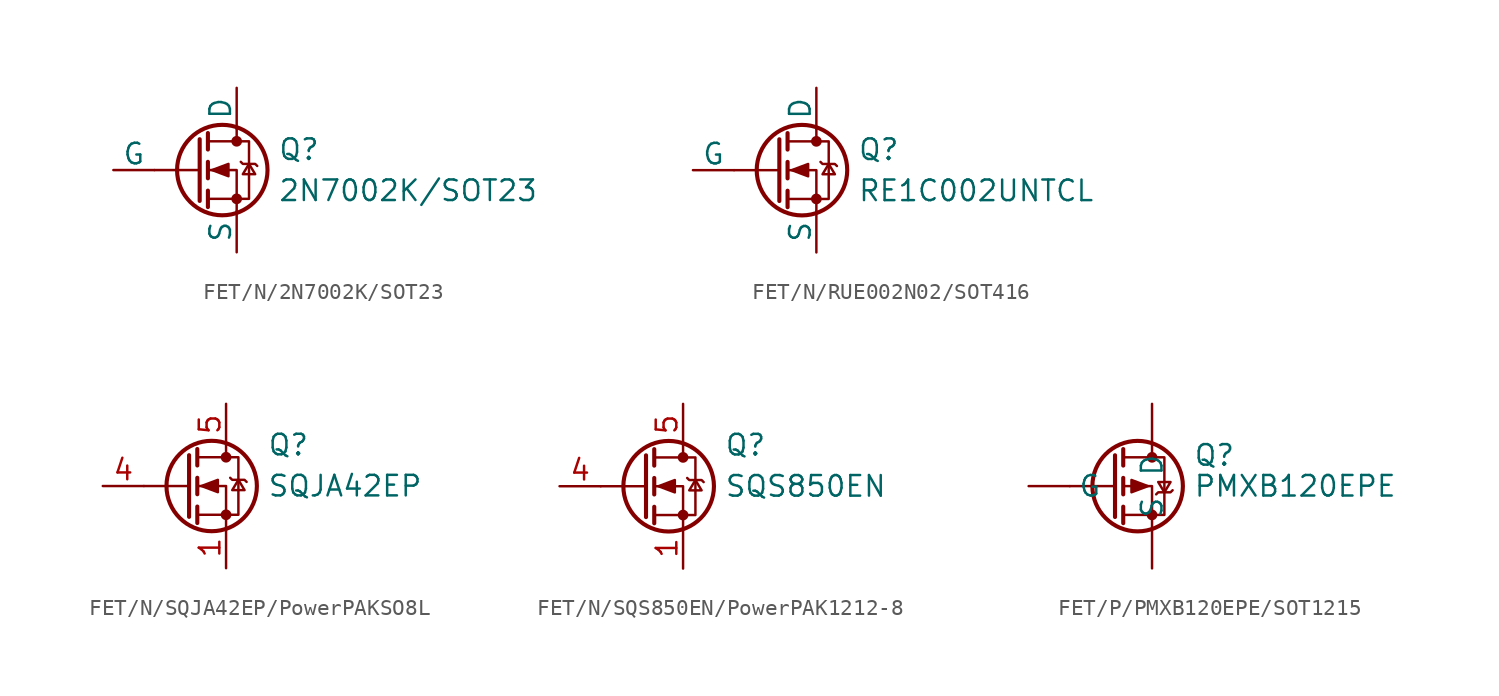
<source format=kicad_sym>
(kicad_symbol_lib
  (version 20220914)
  (generator kicad_symbol_editor)
  (symbol "FET/N/2N7002K/SOT23"
    (pin_numbers hide)
    (pin_names
      (offset 0))
    (property "Reference" "Q"
      (at 5.08 1.27 0)
      (effects (font (size 1.27 1.27)) (justify left)))
    (property "Value" "2N7002K/SOT23"
      (at 5.08 -1.27 0)
      (effects (font (size 1.27 1.27)) (justify left)))
    (symbol "FET/N/2N7002K/SOT23_0_1"
      (polyline (pts (xy 0.254 0) (xy -2.54 0)) (stroke (width 0) (type default)) (fill (type none)))
      (polyline (pts (xy 0.254 1.905) (xy 0.254 -1.905)) (stroke (width 0.254) (type default)) (fill (type none)))
      (polyline (pts (xy 0.762 -1.27) (xy 0.762 -2.286)) (stroke (width 0.254) (type default)) (fill (type none)))
      (polyline (pts (xy 0.762 0.508) (xy 0.762 -0.508)) (stroke (width 0.254) (type default)) (fill (type none)))
      (polyline (pts (xy 0.762 2.286) (xy 0.762 1.27)) (stroke (width 0.254) (type default)) (fill (type none)))
      (polyline (pts (xy 2.54 2.54) (xy 2.54 1.778)) (stroke (width 0) (type default)) (fill (type none)))
      (polyline (pts (xy 2.54 -2.54) (xy 2.54 0) (xy 0.762 0)) (stroke (width 0) (type default)) (fill (type none)))
      (polyline (pts (xy 0.762 -1.778) (xy 3.302 -1.778) (xy 3.302 1.778) (xy 0.762 1.778)) (stroke (width 0) (type default)) (fill (type none)))
      (polyline (pts (xy 1.016 0) (xy 2.032 0.381) (xy 2.032 -0.381) (xy 1.016 0)) (stroke (width 0) (type default)) (fill (type outline)))
      (polyline (pts (xy 2.794 0.508) (xy 2.921 0.381) (xy 3.683 0.381) (xy 3.81 0.254)) (stroke (width 0) (type default)) (fill (type none)))
      (polyline (pts (xy 3.302 0.381) (xy 2.921 -0.254) (xy 3.683 -0.254) (xy 3.302 0.381)) (stroke (width 0) (type default)) (fill (type none)))
      (circle (center 1.651 0) (radius 2.794) (stroke (width 0.254) (type default)) (fill (type none)))
      (circle (center 2.54 -1.778) (radius 0.254) (stroke (width 0) (type default)) (fill (type outline)))
      (circle (center 2.54 1.778) (radius 0.254) (stroke (width 0) (type default)) (fill (type outline))))
    (symbol "FET/N/2N7002K/SOT23_1_1"
      (pin input line (at -5.08 0 0) (length 2.54) (name "G" (effects (font (size 1.27 1.27)))) (number "1" (effects (font (size 1.27 1.27)))))
      (pin passive line (at 2.54 -5.08 90) (length 2.54) (name "S" (effects (font (size 1.27 1.27)))) (number "2" (effects (font (size 1.27 1.27)))))
      (pin passive line (at 2.54 5.08 270) (length 2.54) (name "D" (effects (font (size 1.27 1.27)))) (number "3" (effects (font (size 1.27 1.27)))))))
  (symbol "FET/N/RUE002N02/SOT416"
    (pin_numbers hide)
    (pin_names
      (offset 0))
    (property "Reference" "Q"
      (at 5.08 1.27 0)
      (effects (font (size 1.27 1.27)) (justify left)))
    (property "Value" "RE1C002UNTCL"
      (at 5.08 -1.27 0)
      (effects (font (size 1.27 1.27)) (justify left)))
    (symbol "FET/N/RUE002N02/SOT416_0_1"
      (polyline (pts (xy 0.254 0) (xy -2.54 0)) (stroke (width 0) (type default)) (fill (type none)))
      (polyline (pts (xy 0.254 1.905) (xy 0.254 -1.905)) (stroke (width 0.254) (type default)) (fill (type none)))
      (polyline (pts (xy 0.762 -1.27) (xy 0.762 -2.286)) (stroke (width 0.254) (type default)) (fill (type none)))
      (polyline (pts (xy 0.762 0.508) (xy 0.762 -0.508)) (stroke (width 0.254) (type default)) (fill (type none)))
      (polyline (pts (xy 0.762 2.286) (xy 0.762 1.27)) (stroke (width 0.254) (type default)) (fill (type none)))
      (polyline (pts (xy 2.54 2.54) (xy 2.54 1.778)) (stroke (width 0) (type default)) (fill (type none)))
      (polyline (pts (xy 2.54 -2.54) (xy 2.54 0) (xy 0.762 0)) (stroke (width 0) (type default)) (fill (type none)))
      (polyline (pts (xy 0.762 -1.778) (xy 3.302 -1.778) (xy 3.302 1.778) (xy 0.762 1.778)) (stroke (width 0) (type default)) (fill (type none)))
      (polyline (pts (xy 1.016 0) (xy 2.032 0.381) (xy 2.032 -0.381) (xy 1.016 0)) (stroke (width 0) (type default)) (fill (type outline)))
      (polyline (pts (xy 2.794 0.508) (xy 2.921 0.381) (xy 3.683 0.381) (xy 3.81 0.254)) (stroke (width 0) (type default)) (fill (type none)))
      (polyline (pts (xy 3.302 0.381) (xy 2.921 -0.254) (xy 3.683 -0.254) (xy 3.302 0.381)) (stroke (width 0) (type default)) (fill (type none)))
      (circle (center 1.651 0) (radius 2.794) (stroke (width 0.254) (type default)) (fill (type none)))
      (circle (center 2.54 -1.778) (radius 0.254) (stroke (width 0) (type default)) (fill (type outline)))
      (circle (center 2.54 1.778) (radius 0.254) (stroke (width 0) (type default)) (fill (type outline))))
    (symbol "FET/N/RUE002N02/SOT416_1_1"
      (pin input line (at -5.08 0 0) (length 2.54) (name "G" (effects (font (size 1.27 1.27)))) (number "1" (effects (font (size 1.27 1.27)))))
      (pin passive line (at 2.54 -5.08 90) (length 2.54) (name "S" (effects (font (size 1.27 1.27)))) (number "2" (effects (font (size 1.27 1.27)))))
      (pin passive line (at 2.54 5.08 270) (length 2.54) (name "D" (effects (font (size 1.27 1.27)))) (number "3" (effects (font (size 1.27 1.27)))))))
  (symbol "FET/N/SQJA42EP/PowerPAKSO8L"
    (pin_names hide)
    (property "Reference" "Q"
      (at 5.08 2.54 0)
      (effects (font (size 1.27 1.27)) (justify left)))
    (property "Value" "SQJA42EP"
      (at 5.08 0 0)
      (effects (font (size 1.27 1.27)) (justify left)))
    (symbol "FET/N/SQJA42EP/PowerPAKSO8L_0_1"
      (polyline (pts (xy 0.254 0) (xy -2.54 0)) (stroke (width 0) (type default)) (fill (type none)))
      (polyline (pts (xy 0.254 1.905) (xy 0.254 -1.905)) (stroke (width 0.254) (type default)) (fill (type none)))
      (polyline (pts (xy 0.762 -1.27) (xy 0.762 -2.286)) (stroke (width 0.254) (type default)) (fill (type none)))
      (polyline (pts (xy 0.762 0.508) (xy 0.762 -0.508)) (stroke (width 0.254) (type default)) (fill (type none)))
      (polyline (pts (xy 0.762 2.286) (xy 0.762 1.27)) (stroke (width 0.254) (type default)) (fill (type none)))
      (polyline (pts (xy 2.54 2.54) (xy 2.54 1.778)) (stroke (width 0) (type default)) (fill (type none)))
      (polyline (pts (xy 2.54 -2.54) (xy 2.54 0) (xy 0.762 0)) (stroke (width 0) (type default)) (fill (type none)))
      (polyline (pts (xy 0.762 -1.778) (xy 3.302 -1.778) (xy 3.302 1.778) (xy 0.762 1.778)) (stroke (width 0) (type default)) (fill (type none)))
      (polyline (pts (xy 1.016 0) (xy 2.032 0.381) (xy 2.032 -0.381) (xy 1.016 0)) (stroke (width 0) (type default)) (fill (type outline)))
      (polyline (pts (xy 2.794 0.508) (xy 2.921 0.381) (xy 3.683 0.381) (xy 3.81 0.254)) (stroke (width 0) (type default)) (fill (type none)))
      (polyline (pts (xy 3.302 0.381) (xy 2.921 -0.254) (xy 3.683 -0.254) (xy 3.302 0.381)) (stroke (width 0) (type default)) (fill (type none)))
      (circle (center 1.651 0) (radius 2.794) (stroke (width 0.254) (type default)) (fill (type none)))
      (circle (center 2.54 -1.778) (radius 0.254) (stroke (width 0) (type default)) (fill (type outline)))
      (circle (center 2.54 1.778) (radius 0.254) (stroke (width 0) (type default)) (fill (type outline))))
    (symbol "FET/N/SQJA42EP/PowerPAKSO8L_1_1"
      (pin passive line (at 2.54 -5.08 90) (length 2.54) (name "S" (effects (font (size 1.27 1.27)))) (number "1" (effects (font (size 1.27 1.27)))))
      (pin passive line (at 2.54 -5.08 90) (length 2.54) hide (name "S" (effects (font (size 1.27 1.27)))) (number "2" (effects (font (size 1.27 1.27)))))
      (pin passive line (at 2.54 -5.08 90) (length 2.54) hide (name "S" (effects (font (size 1.27 1.27)))) (number "3" (effects (font (size 1.27 1.27)))))
      (pin input line (at -5.08 0 0) (length 2.54) (name "G" (effects (font (size 1.27 1.27)))) (number "4" (effects (font (size 1.27 1.27)))))
      (pin passive line (at 2.54 5.08 270) (length 2.54) (name "D" (effects (font (size 1.27 1.27)))) (number "5" (effects (font (size 1.27 1.27)))))))
  (symbol "FET/N/SQS850EN/PowerPAK1212-8"
    (pin_names hide)
    (property "Reference" "Q"
      (at 5.08 2.54 0)
      (effects (font (size 1.27 1.27)) (justify left)))
    (property "Value" "SQS850EN"
      (at 5.08 0 0)
      (effects (font (size 1.27 1.27)) (justify left)))
    (symbol "FET/N/SQS850EN/PowerPAK1212-8_0_1"
      (polyline (pts (xy 0.254 0) (xy -2.54 0)) (stroke (width 0) (type default)) (fill (type none)))
      (polyline (pts (xy 0.254 1.905) (xy 0.254 -1.905)) (stroke (width 0.254) (type default)) (fill (type none)))
      (polyline (pts (xy 0.762 -1.27) (xy 0.762 -2.286)) (stroke (width 0.254) (type default)) (fill (type none)))
      (polyline (pts (xy 0.762 0.508) (xy 0.762 -0.508)) (stroke (width 0.254) (type default)) (fill (type none)))
      (polyline (pts (xy 0.762 2.286) (xy 0.762 1.27)) (stroke (width 0.254) (type default)) (fill (type none)))
      (polyline (pts (xy 2.54 2.54) (xy 2.54 1.778)) (stroke (width 0) (type default)) (fill (type none)))
      (polyline (pts (xy 2.54 -2.54) (xy 2.54 0) (xy 0.762 0)) (stroke (width 0) (type default)) (fill (type none)))
      (polyline (pts (xy 0.762 -1.778) (xy 3.302 -1.778) (xy 3.302 1.778) (xy 0.762 1.778)) (stroke (width 0) (type default)) (fill (type none)))
      (polyline (pts (xy 1.016 0) (xy 2.032 0.381) (xy 2.032 -0.381) (xy 1.016 0)) (stroke (width 0) (type default)) (fill (type outline)))
      (polyline (pts (xy 2.794 0.508) (xy 2.921 0.381) (xy 3.683 0.381) (xy 3.81 0.254)) (stroke (width 0) (type default)) (fill (type none)))
      (polyline (pts (xy 3.302 0.381) (xy 2.921 -0.254) (xy 3.683 -0.254) (xy 3.302 0.381)) (stroke (width 0) (type default)) (fill (type none)))
      (circle (center 1.651 0) (radius 2.794) (stroke (width 0.254) (type default)) (fill (type none)))
      (circle (center 2.54 -1.778) (radius 0.254) (stroke (width 0) (type default)) (fill (type outline)))
      (circle (center 2.54 1.778) (radius 0.254) (stroke (width 0) (type default)) (fill (type outline))))
    (symbol "FET/N/SQS850EN/PowerPAK1212-8_1_1"
      (pin passive line (at 2.54 -5.08 90) (length 2.54) (name "S" (effects (font (size 1.27 1.27)))) (number "1" (effects (font (size 1.27 1.27)))))
      (pin passive line (at 2.54 -5.08 90) (length 2.54) hide (name "S" (effects (font (size 1.27 1.27)))) (number "2" (effects (font (size 1.27 1.27)))))
      (pin passive line (at 2.54 -5.08 90) (length 2.54) hide (name "S" (effects (font (size 1.27 1.27)))) (number "3" (effects (font (size 1.27 1.27)))))
      (pin passive line (at -5.08 0 0) (length 2.54) (name "G" (effects (font (size 1.27 1.27)))) (number "4" (effects (font (size 1.27 1.27)))))
      (pin passive line (at 2.54 5.08 270) (length 2.54) (name "D" (effects (font (size 1.27 1.27)))) (number "5" (effects (font (size 1.27 1.27)))))))
  (symbol "FET/P/PMXB120EPE/SOT1215"
    (pin_numbers hide)
    (property "Reference" "Q"
      (at 5.08 1.905 0)
      (effects (font (size 1.27 1.27)) (justify left)))
    (property "Value" "PMXB120EPE"
      (at 5.08 0 0)
      (effects (font (size 1.27 1.27)) (justify left)))
    (symbol "FET/P/PMXB120EPE/SOT1215_0_1"
      (polyline (pts (xy 0.254 0) (xy -2.54 0)) (stroke (width 0) (type default)) (fill (type none)))
      (polyline (pts (xy 0.254 1.905) (xy 0.254 -1.905)) (stroke (width 0.254) (type default)) (fill (type none)))
      (polyline (pts (xy 0.762 -1.27) (xy 0.762 -2.286)) (stroke (width 0.254) (type default)) (fill (type none)))
      (polyline (pts (xy 0.762 0.508) (xy 0.762 -0.508)) (stroke (width 0.254) (type default)) (fill (type none)))
      (polyline (pts (xy 0.762 2.286) (xy 0.762 1.27)) (stroke (width 0.254) (type default)) (fill (type none)))
      (polyline (pts (xy 2.54 2.54) (xy 2.54 1.778)) (stroke (width 0) (type default)) (fill (type none)))
      (polyline (pts (xy 2.54 -2.54) (xy 2.54 0) (xy 0.762 0)) (stroke (width 0) (type default)) (fill (type none)))
      (polyline (pts (xy 0.762 1.778) (xy 3.302 1.778) (xy 3.302 -1.778) (xy 0.762 -1.778)) (stroke (width 0) (type default)) (fill (type none)))
      (polyline (pts (xy 2.286 0) (xy 1.27 0.381) (xy 1.27 -0.381) (xy 2.286 0)) (stroke (width 0) (type default)) (fill (type outline)))
      (polyline (pts (xy 2.794 -0.508) (xy 2.921 -0.381) (xy 3.683 -0.381) (xy 3.81 -0.254)) (stroke (width 0) (type default)) (fill (type none)))
      (polyline (pts (xy 3.302 -0.381) (xy 2.921 0.254) (xy 3.683 0.254) (xy 3.302 -0.381)) (stroke (width 0) (type default)) (fill (type none)))
      (circle (center 1.651 0) (radius 2.794) (stroke (width 0.254) (type default)) (fill (type none)))
      (circle (center 2.54 -1.778) (radius 0.254) (stroke (width 0) (type default)) (fill (type outline)))
      (circle (center 2.54 1.778) (radius 0.254) (stroke (width 0) (type default)) (fill (type outline))))
    (symbol "FET/P/PMXB120EPE/SOT1215_1_0"
      (pin passive line (at 2.54 5.08 270) (length 2.489) hide (name "D" (effects (font (size 1.245 1.245)))) (number "4" (effects (font (size 1.245 1.245))))))
    (symbol "FET/P/PMXB120EPE/SOT1215_1_1"
      (pin input line (at -5.08 0 0) (length 2.54) (name "G" (effects (font (size 1.27 1.27)))) (number "1" (effects (font (size 1.27 1.27)))))
      (pin passive line (at 2.54 -5.08 90) (length 2.54) (name "S" (effects (font (size 1.27 1.27)))) (number "2" (effects (font (size 1.27 1.27)))))
      (pin passive line (at 2.54 5.08 270) (length 2.54) (name "D" (effects (font (size 1.27 1.27)))) (number "3" (effects (font (size 1.27 1.27))))))))
</source>
